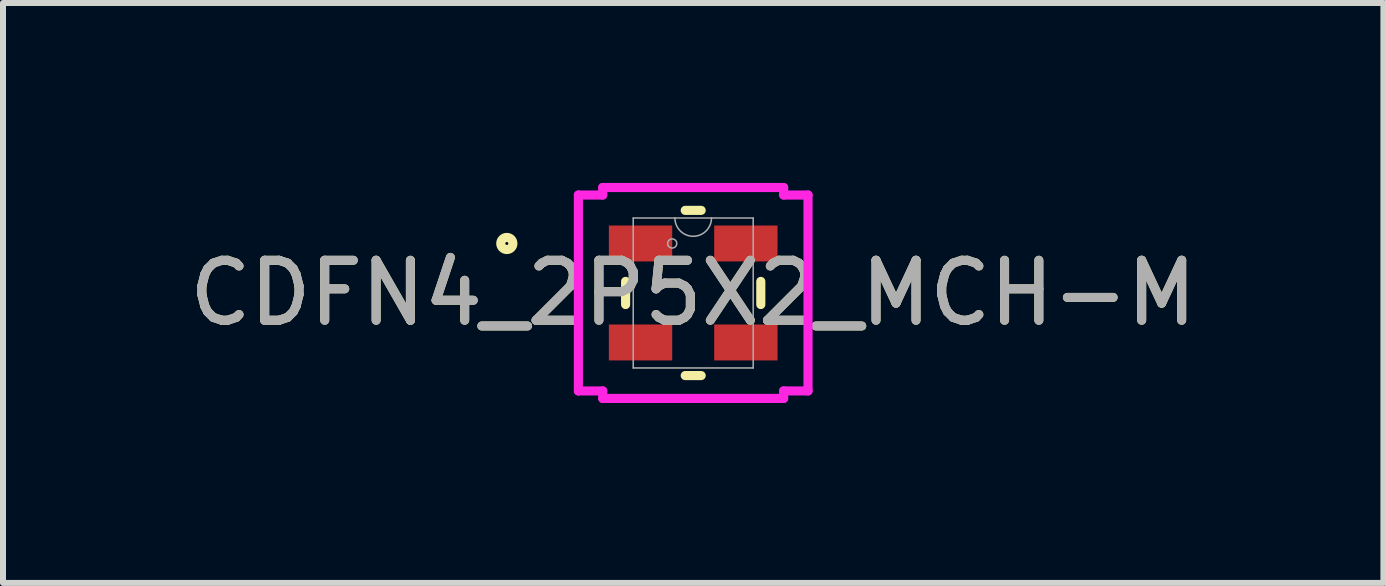
<source format=kicad_pcb>
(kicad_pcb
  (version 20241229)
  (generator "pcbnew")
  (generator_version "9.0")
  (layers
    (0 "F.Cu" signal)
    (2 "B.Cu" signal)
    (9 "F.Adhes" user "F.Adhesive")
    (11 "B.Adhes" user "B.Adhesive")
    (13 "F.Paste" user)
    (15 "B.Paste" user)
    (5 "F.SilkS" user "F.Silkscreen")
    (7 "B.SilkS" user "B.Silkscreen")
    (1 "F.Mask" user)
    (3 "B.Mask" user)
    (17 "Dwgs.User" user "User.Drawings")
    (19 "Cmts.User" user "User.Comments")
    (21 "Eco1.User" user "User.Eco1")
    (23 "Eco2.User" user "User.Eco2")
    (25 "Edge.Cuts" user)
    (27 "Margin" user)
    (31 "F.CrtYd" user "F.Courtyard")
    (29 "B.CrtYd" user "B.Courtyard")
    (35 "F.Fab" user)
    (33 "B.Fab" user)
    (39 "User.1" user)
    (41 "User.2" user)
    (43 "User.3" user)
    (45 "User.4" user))
  (footprint "CDFN4_2P5X2_MCH-M"
    (layer "F.Cu")
    (at 8.506 1.834)
    (property "Reference" "CDFN4_2P5X2_MCH-M" (at 0 0 0) (unlocked yes) (layer "F.SilkS") (effects (font (size 1 1) (thickness 0.15))))
    (attr smd)
    (fp_line (start -1.127 -0.193) (end -1.127 0.193) (stroke (width 0.152) (type solid)) (layer "F.SilkS"))
    (fp_line (start -0.133 1.377) (end 0.133 1.377) (stroke (width 0.152) (type solid)) (layer "F.SilkS"))
    (fp_line (start 0.133 -1.377) (end -0.133 -1.377) (stroke (width 0.152) (type solid)) (layer "F.SilkS"))
    (fp_line (start 1.127 0.193) (end 1.127 -0.193) (stroke (width 0.152) (type solid)) (layer "F.SilkS"))
    (fp_circle (center -3.107 -0.825) (end -3.006 -0.825) (stroke (width 0.152) (type solid)) (fill no) (layer "F.SilkS"))
    (fp_line (start -1.914 -1.633) (end -1.508 -1.633) (stroke (width 0.152) (type solid)) (layer "F.CrtYd"))
    (fp_line (start -1.914 1.633) (end -1.914 -1.633) (stroke (width 0.152) (type solid)) (layer "F.CrtYd"))
    (fp_line (start -1.914 1.633) (end -1.508 1.633) (stroke (width 0.152) (type solid)) (layer "F.CrtYd"))
    (fp_line (start -1.508 -1.758) (end 1.508 -1.758) (stroke (width 0.152) (type solid)) (layer "F.CrtYd"))
    (fp_line (start -1.508 -1.633) (end -1.508 -1.758) (stroke (width 0.152) (type solid)) (layer "F.CrtYd"))
    (fp_line (start -1.508 1.758) (end -1.508 1.633) (stroke (width 0.152) (type solid)) (layer "F.CrtYd"))
    (fp_line (start 1.508 -1.758) (end 1.508 -1.633) (stroke (width 0.152) (type solid)) (layer "F.CrtYd"))
    (fp_line (start 1.508 1.633) (end 1.508 1.758) (stroke (width 0.152) (type solid)) (layer "F.CrtYd"))
    (fp_line (start 1.508 1.758) (end -1.508 1.758) (stroke (width 0.152) (type solid)) (layer "F.CrtYd"))
    (fp_line (start 1.914 -1.633) (end 1.508 -1.633) (stroke (width 0.152) (type solid)) (layer "F.CrtYd"))
    (fp_line (start 1.914 -1.633) (end 1.914 1.633) (stroke (width 0.152) (type solid)) (layer "F.CrtYd"))
    (fp_line (start 1.914 1.633) (end 1.508 1.633) (stroke (width 0.152) (type solid)) (layer "F.CrtYd"))
    (fp_line (start -1 -1.25) (end -1 1.25) (stroke (width 0.025) (type solid)) (layer "F.Fab"))
    (fp_line (start -1 1.25) (end 1 1.25) (stroke (width 0.025) (type solid)) (layer "F.Fab"))
    (fp_line (start 1 -1.25) (end -1 -1.25) (stroke (width 0.025) (type solid)) (layer "F.Fab"))
    (fp_line (start 1 1.25) (end 1 -1.25) (stroke (width 0.025) (type solid)) (layer "F.Fab"))
    (fp_arc (start 0.3048 -1.25) (mid 0 -0.9452) (end -0.3048 -1.25) (stroke (width 0.0254) (type solid)) (layer "F.Fab"))
    (fp_circle (center -0.35 -0.825) (end -0.274 -0.825) (stroke (width 0.025) (type solid)) (fill no) (layer "F.Fab"))
    (fp_text user "${REFERENCE}" (at 0 0 0) (unlocked yes) (layer "F.Fab") (effects (font (size 1 1) (thickness 0.15))))
    (pad "1" smd rect (at -0.878 -0.825) (size 1.056 0.599) (layers "F.Cu" "F.Mask" "F.Paste"))
    (pad "2" smd rect (at -0.878 0.825) (size 1.056 0.599) (layers "F.Cu" "F.Mask" "F.Paste"))
    (pad "3" smd rect (at 0.878 0.825) (size 1.056 0.599) (layers "F.Cu" "F.Mask" "F.Paste"))
    (pad "4" smd rect (at 0.878 -0.825) (size 1.056 0.599) (layers "F.Cu" "F.Mask" "F.Paste")))
  (gr_rect
    (start -3 -3)
    (end 20.012 6.668)
    (stroke (width 0.1) (type default))
    (fill no)
    (layer "Edge.Cuts")))
</source>
